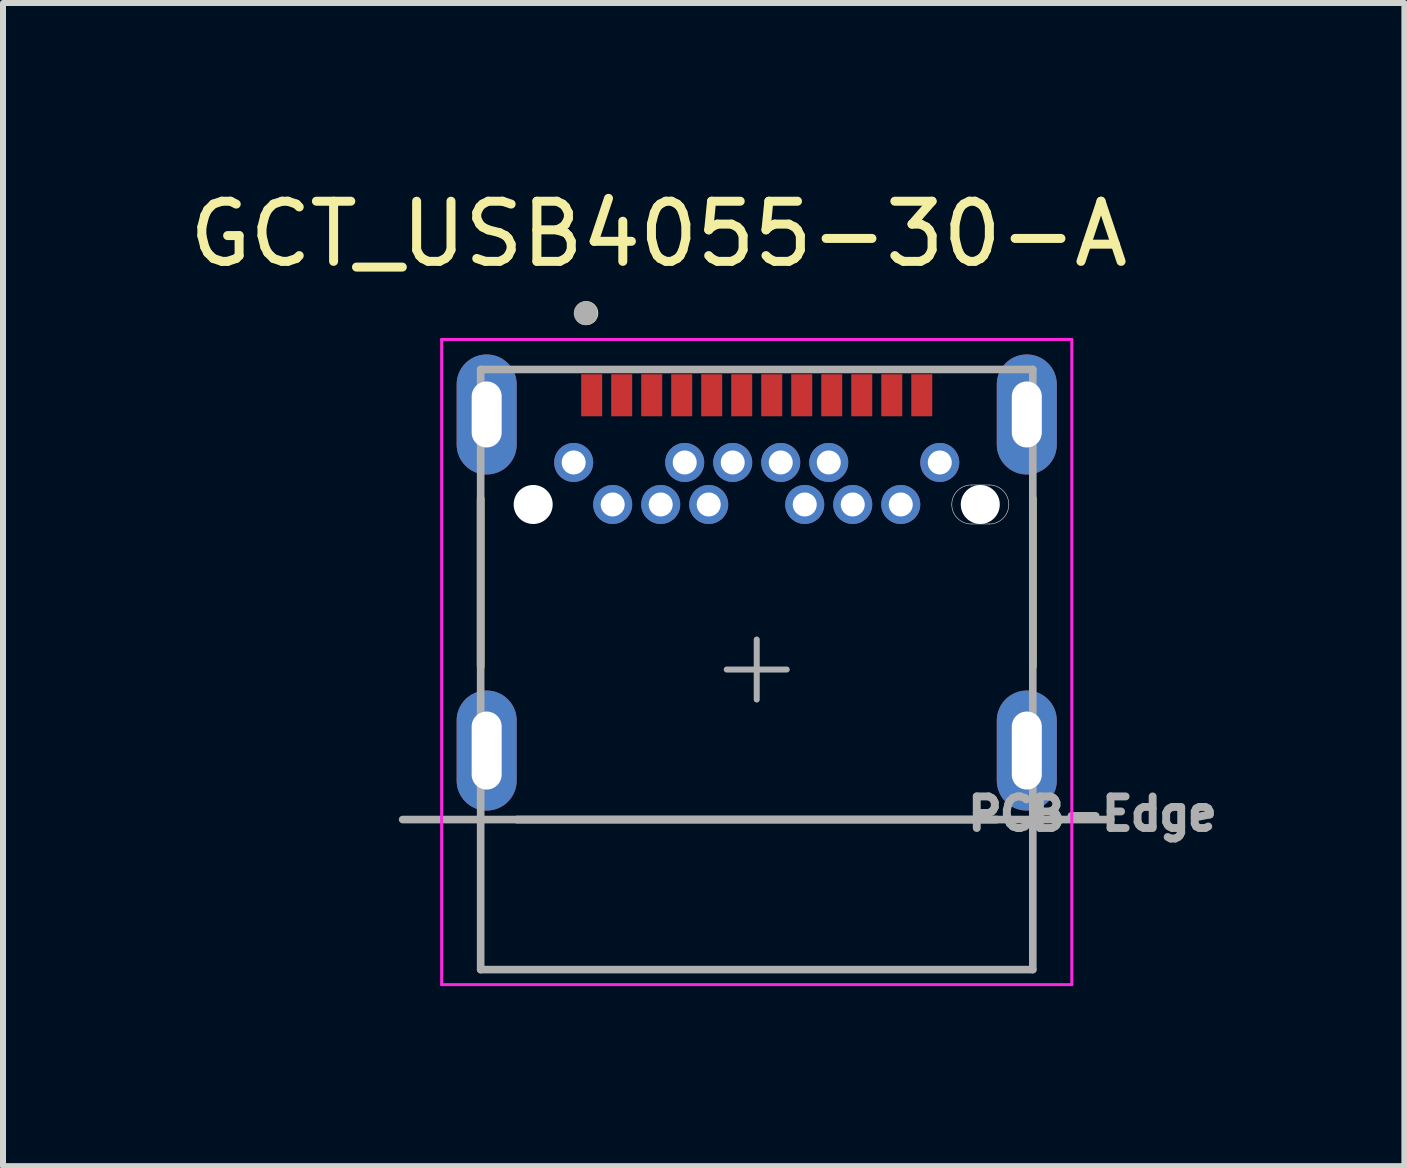
<source format=kicad_pcb>
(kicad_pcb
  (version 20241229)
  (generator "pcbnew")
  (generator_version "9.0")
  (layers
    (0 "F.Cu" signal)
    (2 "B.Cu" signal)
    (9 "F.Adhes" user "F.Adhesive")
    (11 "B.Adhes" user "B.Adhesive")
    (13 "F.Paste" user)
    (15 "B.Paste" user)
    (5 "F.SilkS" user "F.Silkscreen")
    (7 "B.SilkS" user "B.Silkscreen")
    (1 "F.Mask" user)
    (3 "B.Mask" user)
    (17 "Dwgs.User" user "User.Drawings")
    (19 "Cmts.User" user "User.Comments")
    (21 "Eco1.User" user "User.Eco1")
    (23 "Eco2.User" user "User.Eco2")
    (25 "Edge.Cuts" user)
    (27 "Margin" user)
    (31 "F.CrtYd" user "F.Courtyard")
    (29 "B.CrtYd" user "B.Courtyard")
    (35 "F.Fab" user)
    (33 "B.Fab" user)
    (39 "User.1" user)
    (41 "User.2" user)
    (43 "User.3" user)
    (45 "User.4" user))
  (footprint "GCT_USB4055-30-A"
    (layer "F.Cu")
    (at 9.559 8.106)
    (property "Reference" "GCT_USB4055-30-A" (at -1.635 -7.257 0) (layer "F.SilkS") (effects (font (size 1.002 1.002) (thickness 0.15))))
    (attr through_hole)
    (fp_line (start -4.6 -2.85) (end -4.6 -0.05) (stroke (width 0.127) (type solid)) (layer "F.SilkS"))
    (fp_line (start -4 2.5) (end 4 2.5) (stroke (width 0.127) (type solid)) (layer "F.SilkS"))
    (fp_line (start 4.6 -0.05) (end 4.6 -2.85) (stroke (width 0.127) (type solid)) (layer "F.SilkS"))
    (fp_circle (center -2.841 -5.939) (end -2.741 -5.939) (stroke (width 0.2) (type solid)) (fill no) (layer "F.SilkS"))
    (fp_line (start 3.575 -3.075) (end 3.875 -3.075) (stroke (width 0.01) (type solid)) (layer "Edge.Cuts"))
    (fp_line (start 3.875 -2.425) (end 3.575 -2.425) (stroke (width 0.01) (type solid)) (layer "Edge.Cuts"))
    (fp_arc (start 3.25 -2.75) (mid 3.34519 -2.97981) (end 3.575 -3.075) (stroke (width 0.01) (type solid)) (layer "Edge.Cuts"))
    (fp_arc (start 3.575 -2.425) (mid 3.34519 -2.52019) (end 3.25 -2.75) (stroke (width 0.01) (type solid)) (layer "Edge.Cuts"))
    (fp_arc (start 3.875 -3.075) (mid 4.10481 -2.97981) (end 4.2 -2.75) (stroke (width 0.01) (type solid)) (layer "Edge.Cuts"))
    (fp_arc (start 4.2 -2.75) (mid 4.10481 -2.52019) (end 3.875 -2.425) (stroke (width 0.01) (type solid)) (layer "Edge.Cuts"))
    (fp_line (start -5.25 -5.5) (end 5.25 -5.5) (stroke (width 0.05) (type solid)) (layer "F.CrtYd"))
    (fp_line (start -5.25 5.25) (end -5.25 -5.5) (stroke (width 0.05) (type solid)) (layer "F.CrtYd"))
    (fp_line (start -5.25 5.25) (end 5.25 5.25) (stroke (width 0.05) (type solid)) (layer "F.CrtYd"))
    (fp_line (start 5.25 5.25) (end 5.25 -5.5) (stroke (width 0.05) (type solid)) (layer "F.CrtYd"))
    (fp_line (start -5.9 2.5) (end 5.9 2.5) (stroke (width 0.127) (type solid)) (layer "F.Fab"))
    (fp_line (start -4.6 -5) (end 4.6 -5) (stroke (width 0.127) (type solid)) (layer "F.Fab"))
    (fp_line (start -4.6 5) (end -4.6 -5) (stroke (width 0.127) (type solid)) (layer "F.Fab"))
    (fp_line (start -4.6 5) (end 4.6 5) (stroke (width 0.127) (type solid)) (layer "F.Fab"))
    (fp_line (start -0.5 0) (end 0.5 0) (stroke (width 0.1) (type solid)) (layer "F.Fab"))
    (fp_line (start 0 0.5) (end 0 -0.5) (stroke (width 0.1) (type solid)) (layer "F.Fab"))
    (fp_line (start 4.6 5) (end 4.6 -5) (stroke (width 0.127) (type solid)) (layer "F.Fab"))
    (fp_circle (center -2.849 -5.937) (end -2.749 -5.937) (stroke (width 0.2) (type solid)) (fill no) (layer "F.Fab"))
    (fp_text user "PCB-Edge" (at 5.595 2.404 0) (layer "F.Fab") (effects (font (size 0.526 0.526) (thickness 0.15))))
    (pad "" np_thru_hole circle (at -3.725 -2.75) (size 0.65 0.65) (drill 0.65) (layers "*.Cu" "*.Mask"))
    (pad "" np_thru_hole circle (at 3.725 -2.75) (size 0.65 0.65) (drill 0.65) (layers "*.Cu" "*.Mask"))
    (pad "A1" smd rect (at -2.75 -4.57 180) (size 0.35 0.7) (layers "F.Cu" "F.Mask" "F.Paste"))
    (pad "A2" smd rect (at -2.25 -4.57 180) (size 0.35 0.7) (layers "F.Cu" "F.Mask" "F.Paste"))
    (pad "A3" smd rect (at -1.75 -4.57 180) (size 0.35 0.7) (layers "F.Cu" "F.Mask" "F.Paste"))
    (pad "A4" smd rect (at -1.25 -4.57 180) (size 0.35 0.7) (layers "F.Cu" "F.Mask" "F.Paste"))
    (pad "A5" smd rect (at -0.75 -4.57 180) (size 0.35 0.7) (layers "F.Cu" "F.Mask" "F.Paste"))
    (pad "A6" smd rect (at -0.25 -4.57 180) (size 0.35 0.7) (layers "F.Cu" "F.Mask" "F.Paste"))
    (pad "A7" smd rect (at 0.25 -4.57 180) (size 0.35 0.7) (layers "F.Cu" "F.Mask" "F.Paste"))
    (pad "A8" smd rect (at 0.75 -4.57 180) (size 0.35 0.7) (layers "F.Cu" "F.Mask" "F.Paste"))
    (pad "A9" smd rect (at 1.25 -4.57 180) (size 0.35 0.7) (layers "F.Cu" "F.Mask" "F.Paste"))
    (pad "A10" smd rect (at 1.75 -4.57 180) (size 0.35 0.7) (layers "F.Cu" "F.Mask" "F.Paste"))
    (pad "A11" smd rect (at 2.25 -4.57 180) (size 0.35 0.7) (layers "F.Cu" "F.Mask" "F.Paste"))
    (pad "A12" smd rect (at 2.75 -4.57 180) (size 0.35 0.7) (layers "F.Cu" "F.Mask" "F.Paste"))
    (pad "B1" thru_hole circle (at 3.05 -3.45) (size 0.65 0.65) (drill 0.4) (layers "*.Cu" "*.Mask"))
    (pad "B2" thru_hole circle (at 2.4 -2.75) (size 0.65 0.65) (drill 0.4) (layers "*.Cu" "*.Mask"))
    (pad "B3" thru_hole circle (at 1.6 -2.75) (size 0.65 0.65) (drill 0.4) (layers "*.Cu" "*.Mask"))
    (pad "B4" thru_hole circle (at 1.2 -3.45) (size 0.65 0.65) (drill 0.4) (layers "*.Cu" "*.Mask"))
    (pad "B5" thru_hole circle (at 0.8 -2.75) (size 0.65 0.65) (drill 0.4) (layers "*.Cu" "*.Mask"))
    (pad "B6" thru_hole circle (at 0.4 -3.45) (size 0.65 0.65) (drill 0.4) (layers "*.Cu" "*.Mask"))
    (pad "B7" thru_hole circle (at -0.4 -3.45) (size 0.65 0.65) (drill 0.4) (layers "*.Cu" "*.Mask"))
    (pad "B8" thru_hole circle (at -0.8 -2.75) (size 0.65 0.65) (drill 0.4) (layers "*.Cu" "*.Mask"))
    (pad "B9" thru_hole circle (at -1.2 -3.45) (size 0.65 0.65) (drill 0.4) (layers "*.Cu" "*.Mask"))
    (pad "B10" thru_hole circle (at -1.6 -2.75) (size 0.65 0.65) (drill 0.4) (layers "*.Cu" "*.Mask"))
    (pad "B11" thru_hole circle (at -2.4 -2.75) (size 0.65 0.65) (drill 0.4) (layers "*.Cu" "*.Mask"))
    (pad "B12" thru_hole circle (at -3.05 -3.45) (size 0.65 0.65) (drill 0.4) (layers "*.Cu" "*.Mask"))
    (pad "S1" thru_hole oval (at -4.5 -4.25) (size 1 2) (drill oval 0.5 1.1) (layers "*.Cu" "*.Mask"))
    (pad "S2" thru_hole oval (at 4.5 -4.25) (size 1 2) (drill oval 0.5 1.1) (layers "*.Cu" "*.Mask"))
    (pad "S3" thru_hole oval (at -4.5 1.35) (size 1 2) (drill oval 0.5 1.3) (layers "*.Cu" "*.Mask"))
    (pad "S4" thru_hole oval (at 4.5 1.35) (size 1 2) (drill oval 0.5 1.3) (layers "*.Cu" "*.Mask")))
  (gr_rect
    (start -3 -3)
    (end 20.351 16.381)
    (stroke (width 0.1) (type default))
    (fill no)
    (layer "Edge.Cuts")))
</source>
